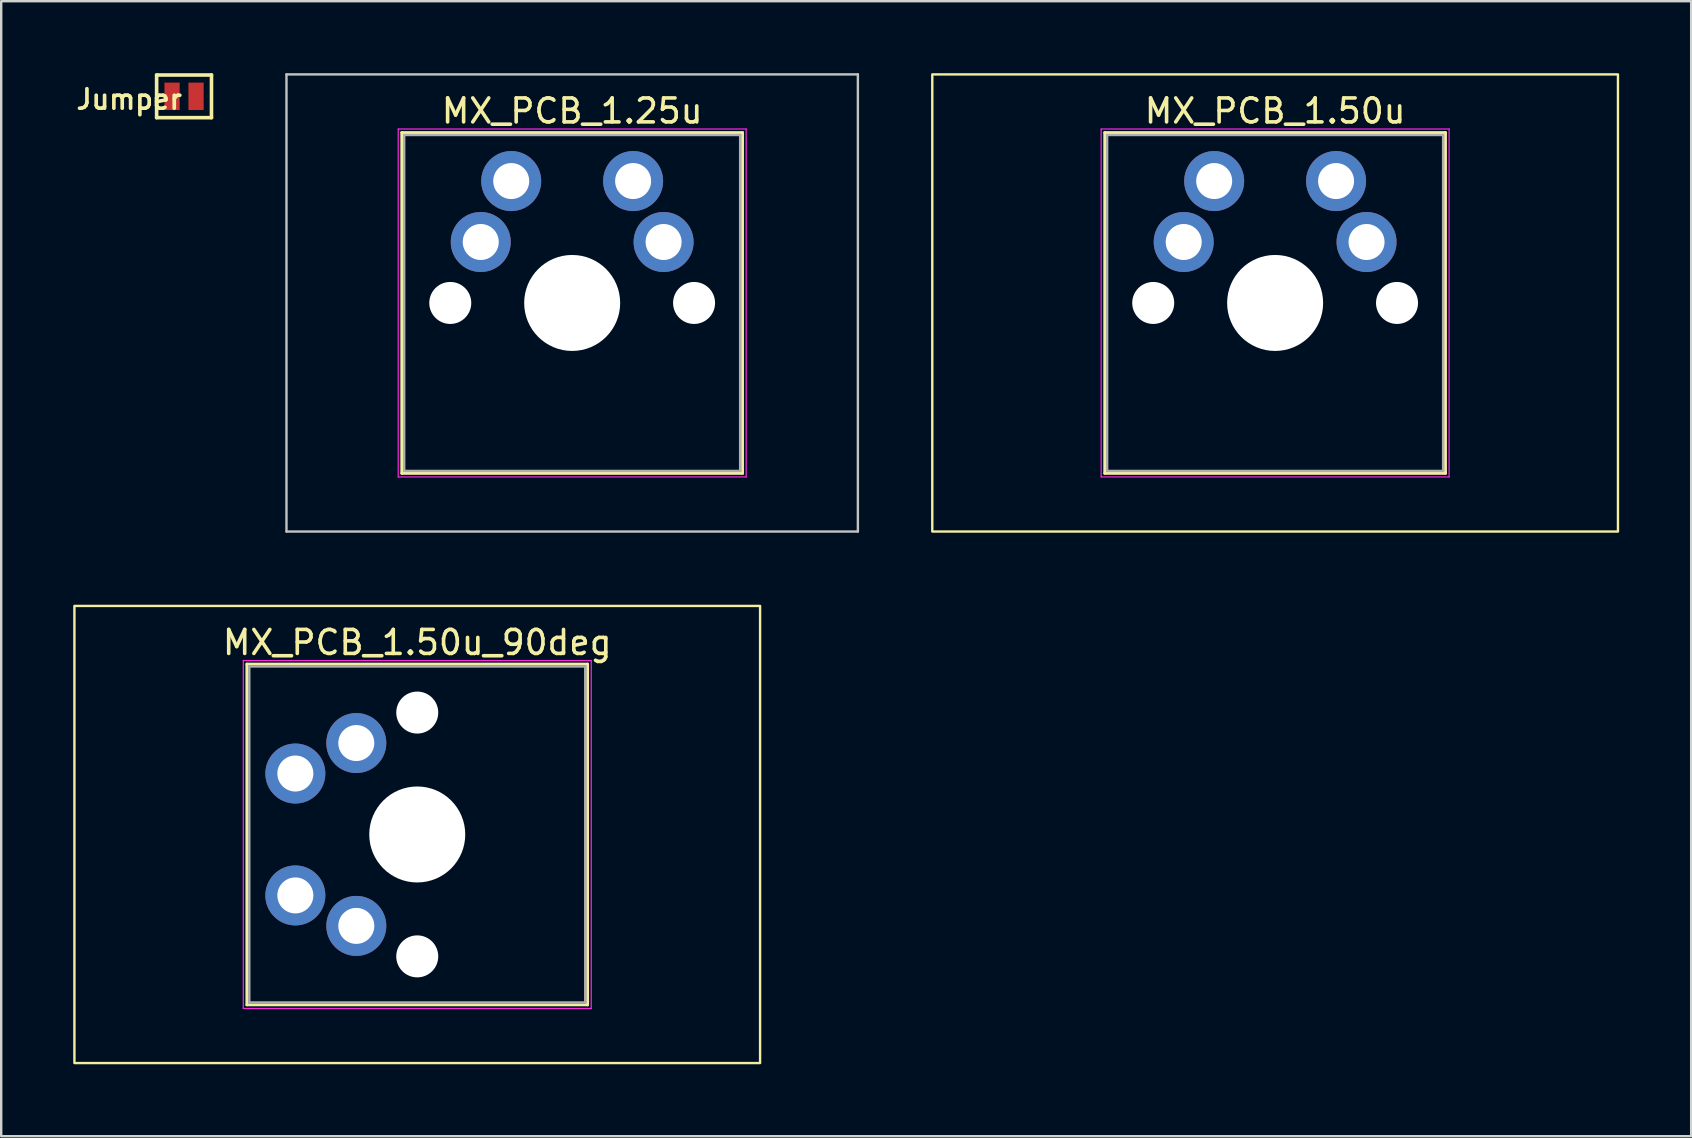
<source format=kicad_pcb>
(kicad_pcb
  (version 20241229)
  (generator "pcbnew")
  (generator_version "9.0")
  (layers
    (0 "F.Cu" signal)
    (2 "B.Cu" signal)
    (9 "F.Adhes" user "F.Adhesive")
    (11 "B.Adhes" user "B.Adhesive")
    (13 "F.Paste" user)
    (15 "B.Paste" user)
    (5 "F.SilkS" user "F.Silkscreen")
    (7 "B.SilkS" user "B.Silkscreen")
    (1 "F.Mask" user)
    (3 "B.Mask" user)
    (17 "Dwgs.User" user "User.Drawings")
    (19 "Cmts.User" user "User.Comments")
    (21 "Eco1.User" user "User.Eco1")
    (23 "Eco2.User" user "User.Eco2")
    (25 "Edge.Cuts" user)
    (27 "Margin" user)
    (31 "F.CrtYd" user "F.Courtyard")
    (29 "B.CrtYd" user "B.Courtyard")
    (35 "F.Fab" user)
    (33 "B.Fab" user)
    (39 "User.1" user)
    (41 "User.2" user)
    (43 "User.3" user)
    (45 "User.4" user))
  (footprint "MX_PCB_1.50u_90deg"
    (layer "F.Cu")
    (at 14.338 31.725)
    (property "Reference" "MX_PCB_1.50u_90deg" (at 0 -8 0) (layer "F.SilkS") (effects (font (size 1 1) (thickness 0.15))))
    (attr through_hole)
    (fp_line (start -7.1 -7.1) (end -7.1 7.1) (stroke (width 0.12) (type solid)) (layer "F.SilkS"))
    (fp_line (start -7.1 7.1) (end 7.1 7.1) (stroke (width 0.12) (type solid)) (layer "F.SilkS"))
    (fp_line (start 7.1 -7.1) (end -7.1 -7.1) (stroke (width 0.12) (type solid)) (layer "F.SilkS"))
    (fp_line (start 7.1 7.1) (end 7.1 -7.1) (stroke (width 0.12) (type solid)) (layer "F.SilkS"))
    (fp_rect (start -14.287 -9.525) (end 14.287 9.525) (stroke (width 0.1) (type default)) (fill no) (layer "F.SilkS"))
    (fp_line (start -7 -7) (end -7 7) (stroke (width 0.1) (type solid)) (layer "Eco1.User"))
    (fp_line (start -7 7) (end 7 7) (stroke (width 0.1) (type solid)) (layer "Eco1.User"))
    (fp_line (start 7 -7) (end -7 -7) (stroke (width 0.1) (type solid)) (layer "Eco1.User"))
    (fp_line (start 7 7) (end 7 -7) (stroke (width 0.1) (type solid)) (layer "Eco1.User"))
    (fp_line (start -7.25 -7.25) (end -7.25 7.25) (stroke (width 0.05) (type solid)) (layer "F.CrtYd"))
    (fp_line (start -7.25 7.25) (end 7.25 7.25) (stroke (width 0.05) (type solid)) (layer "F.CrtYd"))
    (fp_line (start 7.25 -7.25) (end -7.25 -7.25) (stroke (width 0.05) (type solid)) (layer "F.CrtYd"))
    (fp_line (start 7.25 7.25) (end 7.25 -7.25) (stroke (width 0.05) (type solid)) (layer "F.CrtYd"))
    (fp_line (start -7 -7) (end -7 7) (stroke (width 0.1) (type solid)) (layer "F.Fab"))
    (fp_line (start -7 7) (end 7 7) (stroke (width 0.1) (type solid)) (layer "F.Fab"))
    (fp_line (start 7 -7) (end -7 -7) (stroke (width 0.1) (type solid)) (layer "F.Fab"))
    (fp_line (start 7 7) (end 7 -7) (stroke (width 0.1) (type solid)) (layer "F.Fab"))
    (pad "" np_thru_hole circle (at 0 -5.08 90) (size 1.75 1.75) (drill 1.75) (layers "*.Cu" "*.Mask"))
    (pad "" np_thru_hole circle (at 0 0 90) (size 4 4) (drill 4) (layers "*.Cu" "*.Mask"))
    (pad "" np_thru_hole circle (at 0 5.08 90) (size 1.75 1.75) (drill 1.75) (layers "*.Cu" "*.Mask"))
    (pad "1" thru_hole circle (at -5.08 2.54 90) (size 2.5 2.5) (drill 1.5) (layers "*.Cu" "*.Mask"))
    (pad "1" thru_hole circle (at -2.54 3.81 90) (size 2.5 2.5) (drill 1.5) (layers "*.Cu" "*.Mask"))
    (pad "2" thru_hole circle (at -5.08 -2.54 90) (size 2.5 2.5) (drill 1.5) (layers "*.Cu" "*.Mask"))
    (pad "2" thru_hole circle (at -2.54 -3.81 90) (size 2.5 2.5) (drill 1.5) (layers "*.Cu" "*.Mask")))
  (footprint "MX_PCB_1.25u"
    (layer "F.Cu")
    (at 20.794 9.575)
    (property "Reference" "MX_PCB_1.25u" (at 0 -8 0) (layer "F.SilkS") (effects (font (size 1 1) (thickness 0.15))))
    (attr through_hole)
    (fp_line (start -7.1 -7.1) (end -7.1 7.1) (stroke (width 0.12) (type solid)) (layer "F.SilkS"))
    (fp_line (start -7.1 7.1) (end 7.1 7.1) (stroke (width 0.12) (type solid)) (layer "F.SilkS"))
    (fp_line (start 7.1 -7.1) (end -7.1 -7.1) (stroke (width 0.12) (type solid)) (layer "F.SilkS"))
    (fp_line (start 7.1 7.1) (end 7.1 -7.1) (stroke (width 0.12) (type solid)) (layer "F.SilkS"))
    (fp_line (start -11.906 -9.525) (end -11.906 9.525) (stroke (width 0.1) (type solid)) (layer "Dwgs.User"))
    (fp_line (start -11.906 9.525) (end 11.906 9.525) (stroke (width 0.1) (type solid)) (layer "Dwgs.User"))
    (fp_line (start 11.906 -9.525) (end -11.906 -9.525) (stroke (width 0.1) (type solid)) (layer "Dwgs.User"))
    (fp_line (start 11.906 9.525) (end 11.906 -9.525) (stroke (width 0.1) (type solid)) (layer "Dwgs.User"))
    (fp_line (start -7 -7) (end -7 7) (stroke (width 0.1) (type solid)) (layer "Eco1.User"))
    (fp_line (start -7 7) (end 7 7) (stroke (width 0.1) (type solid)) (layer "Eco1.User"))
    (fp_line (start 7 -7) (end -7 -7) (stroke (width 0.1) (type solid)) (layer "Eco1.User"))
    (fp_line (start 7 7) (end 7 -7) (stroke (width 0.1) (type solid)) (layer "Eco1.User"))
    (fp_line (start -7.25 -7.25) (end -7.25 7.25) (stroke (width 0.05) (type solid)) (layer "F.CrtYd"))
    (fp_line (start -7.25 7.25) (end 7.25 7.25) (stroke (width 0.05) (type solid)) (layer "F.CrtYd"))
    (fp_line (start 7.25 -7.25) (end -7.25 -7.25) (stroke (width 0.05) (type solid)) (layer "F.CrtYd"))
    (fp_line (start 7.25 7.25) (end 7.25 -7.25) (stroke (width 0.05) (type solid)) (layer "F.CrtYd"))
    (fp_line (start -7 -7) (end -7 7) (stroke (width 0.1) (type solid)) (layer "F.Fab"))
    (fp_line (start -7 7) (end 7 7) (stroke (width 0.1) (type solid)) (layer "F.Fab"))
    (fp_line (start 7 -7) (end -7 -7) (stroke (width 0.1) (type solid)) (layer "F.Fab"))
    (fp_line (start 7 7) (end 7 -7) (stroke (width 0.1) (type solid)) (layer "F.Fab"))
    (pad "" np_thru_hole circle (at -5.08 0) (size 1.75 1.75) (drill 1.75) (layers "*.Cu" "*.Mask"))
    (pad "" np_thru_hole circle (at 0 0) (size 4 4) (drill 4) (layers "*.Cu" "*.Mask"))
    (pad "" np_thru_hole circle (at 5.08 0) (size 1.75 1.75) (drill 1.75) (layers "*.Cu" "*.Mask"))
    (pad "1" thru_hole circle (at -3.81 -2.54) (size 2.5 2.5) (drill 1.5) (layers "*.Cu" "*.Mask"))
    (pad "1" thru_hole circle (at -2.54 -5.08 90) (size 2.5 2.5) (drill 1.5) (layers "*.Cu" "*.Mask"))
    (pad "2" thru_hole circle (at 2.54 -5.08) (size 2.5 2.5) (drill 1.5) (layers "*.Cu" "*.Mask"))
    (pad "2" thru_hole circle (at 3.81 -2.54) (size 2.5 2.5) (drill 1.5) (layers "*.Cu" "*.Mask")))
  (footprint "Jumper"
    (layer "F.Cu")
    (at 4.62 0.964)
    (property "Reference" "Jumper" (at -2.286 0.127 0) (layer "F.SilkS") (effects (font (size 0.813 0.813) (thickness 0.152))))
    (attr smd)
    (fp_line (start -1.143 -0.889) (end 1.143 -0.889) (stroke (width 0.15) (type solid)) (layer "F.SilkS"))
    (fp_line (start -1.143 0.889) (end -1.143 -0.889) (stroke (width 0.15) (type solid)) (layer "F.SilkS"))
    (fp_line (start 1.143 -0.889) (end 1.143 0.889) (stroke (width 0.15) (type solid)) (layer "F.SilkS"))
    (fp_line (start 1.143 0.889) (end -1.143 0.889) (stroke (width 0.15) (type solid)) (layer "F.SilkS"))
    (pad "1" smd rect (at -0.5 0) (size 0.635 1.143) (layers "F.Cu" "F.Mask" "F.Paste"))
    (pad "2" smd rect (at 0.5 0) (size 0.635 1.143) (layers "F.Cu" "F.Mask" "F.Paste")))
  (footprint "MX_PCB_1.50u"
    (layer "F.Cu")
    (at 50.088 9.575)
    (property "Reference" "MX_PCB_1.50u" (at 0 -8 0) (layer "F.SilkS") (effects (font (size 1 1) (thickness 0.15))))
    (attr through_hole)
    (fp_line (start -7.1 -7.1) (end -7.1 7.1) (stroke (width 0.12) (type solid)) (layer "F.SilkS"))
    (fp_line (start -7.1 7.1) (end 7.1 7.1) (stroke (width 0.12) (type solid)) (layer "F.SilkS"))
    (fp_line (start 7.1 -7.1) (end -7.1 -7.1) (stroke (width 0.12) (type solid)) (layer "F.SilkS"))
    (fp_line (start 7.1 7.1) (end 7.1 -7.1) (stroke (width 0.12) (type solid)) (layer "F.SilkS"))
    (fp_rect (start -14.287 -9.525) (end 14.287 9.525) (stroke (width 0.1) (type default)) (fill no) (layer "F.SilkS"))
    (fp_line (start -7 -7) (end -7 7) (stroke (width 0.1) (type solid)) (layer "Eco1.User"))
    (fp_line (start -7 7) (end 7 7) (stroke (width 0.1) (type solid)) (layer "Eco1.User"))
    (fp_line (start 7 -7) (end -7 -7) (stroke (width 0.1) (type solid)) (layer "Eco1.User"))
    (fp_line (start 7 7) (end 7 -7) (stroke (width 0.1) (type solid)) (layer "Eco1.User"))
    (fp_line (start -7.25 -7.25) (end -7.25 7.25) (stroke (width 0.05) (type solid)) (layer "F.CrtYd"))
    (fp_line (start -7.25 7.25) (end 7.25 7.25) (stroke (width 0.05) (type solid)) (layer "F.CrtYd"))
    (fp_line (start 7.25 -7.25) (end -7.25 -7.25) (stroke (width 0.05) (type solid)) (layer "F.CrtYd"))
    (fp_line (start 7.25 7.25) (end 7.25 -7.25) (stroke (width 0.05) (type solid)) (layer "F.CrtYd"))
    (fp_line (start -7 -7) (end -7 7) (stroke (width 0.1) (type solid)) (layer "F.Fab"))
    (fp_line (start -7 7) (end 7 7) (stroke (width 0.1) (type solid)) (layer "F.Fab"))
    (fp_line (start 7 -7) (end -7 -7) (stroke (width 0.1) (type solid)) (layer "F.Fab"))
    (fp_line (start 7 7) (end 7 -7) (stroke (width 0.1) (type solid)) (layer "F.Fab"))
    (pad "" np_thru_hole circle (at -5.08 0) (size 1.75 1.75) (drill 1.75) (layers "*.Cu" "*.Mask"))
    (pad "" np_thru_hole circle (at 0 0) (size 4 4) (drill 4) (layers "*.Cu" "*.Mask"))
    (pad "" np_thru_hole circle (at 5.08 0) (size 1.75 1.75) (drill 1.75) (layers "*.Cu" "*.Mask"))
    (pad "1" thru_hole circle (at -3.81 -2.54) (size 2.5 2.5) (drill 1.5) (layers "*.Cu" "*.Mask"))
    (pad "1" thru_hole circle (at -2.54 -5.08) (size 2.5 2.5) (drill 1.5) (layers "*.Cu" "*.Mask"))
    (pad "2" thru_hole circle (at 2.54 -5.08) (size 2.5 2.5) (drill 1.5) (layers "*.Cu" "*.Mask"))
    (pad "2" thru_hole circle (at 3.81 -2.54) (size 2.5 2.5) (drill 1.5) (layers "*.Cu" "*.Mask")))
  (gr_rect
    (start -3 -3)
    (end 67.426 44.3)
    (stroke (width 0.1) (type default))
    (fill no)
    (layer "Edge.Cuts")))
</source>
